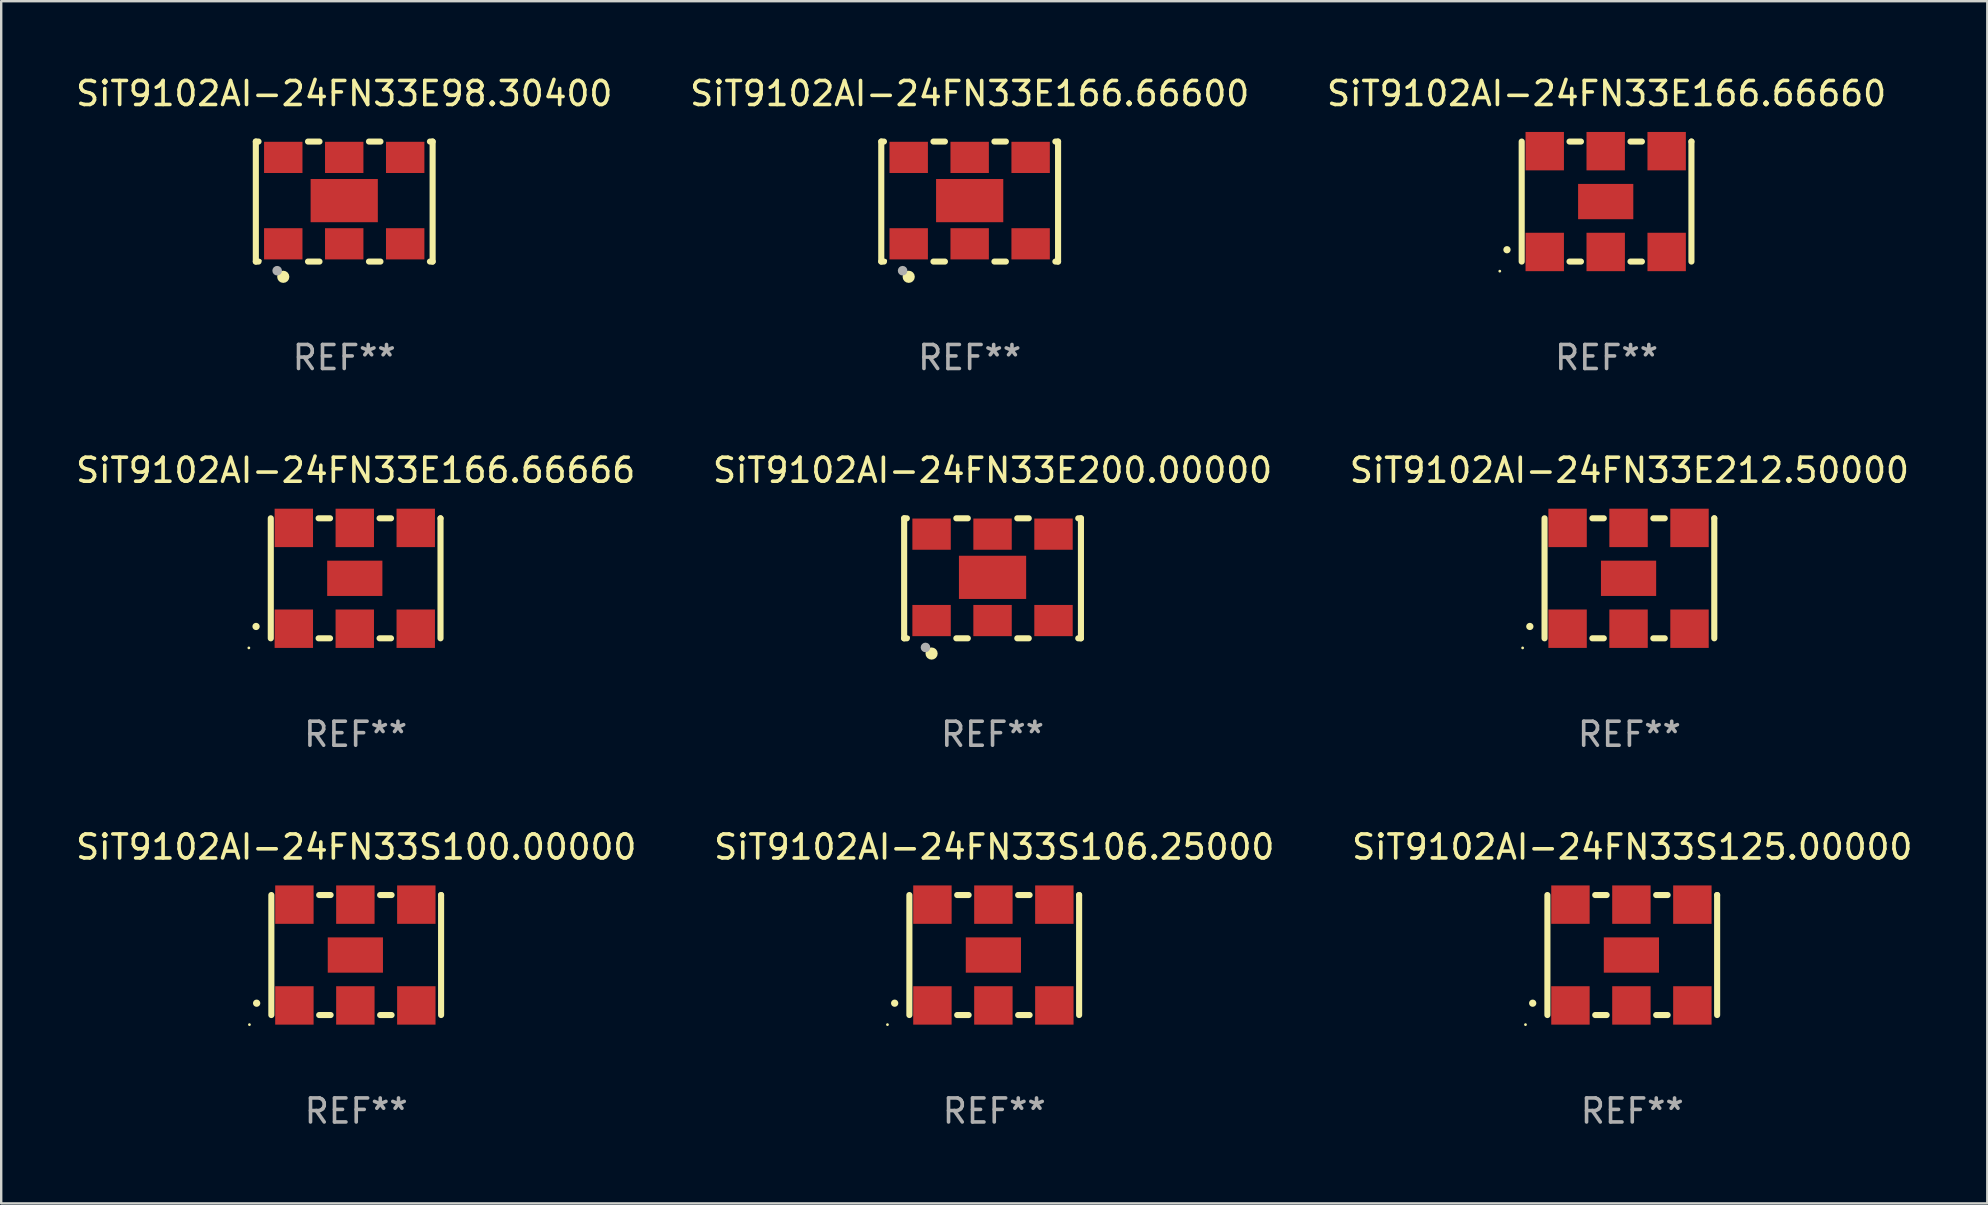
<source format=kicad_pcb>
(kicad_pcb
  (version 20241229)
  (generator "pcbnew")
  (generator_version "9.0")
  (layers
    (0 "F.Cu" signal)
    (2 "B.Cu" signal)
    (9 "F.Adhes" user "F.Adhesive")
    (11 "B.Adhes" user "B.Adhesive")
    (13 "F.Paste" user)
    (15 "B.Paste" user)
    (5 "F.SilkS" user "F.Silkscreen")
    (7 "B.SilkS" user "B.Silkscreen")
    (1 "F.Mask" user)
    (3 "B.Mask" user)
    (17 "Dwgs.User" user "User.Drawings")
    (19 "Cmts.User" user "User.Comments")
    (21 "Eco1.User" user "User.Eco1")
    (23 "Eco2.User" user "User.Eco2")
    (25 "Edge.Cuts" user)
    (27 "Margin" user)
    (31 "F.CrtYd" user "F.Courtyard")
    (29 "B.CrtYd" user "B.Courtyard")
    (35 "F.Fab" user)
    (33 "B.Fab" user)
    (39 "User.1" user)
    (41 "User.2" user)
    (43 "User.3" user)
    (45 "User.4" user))
  (footprint "SiT9102AI-24FN33S106.25000"
    (layer "F.Cu")
    (at 38.375 36.741)
    (property "Reference" "SiT9102AI-24FN33S106.25000" (at 0 -4.5 0) (layer "F.SilkS") (effects (font (size 1 1) (thickness 0.15))))
    (attr through_hole)
    (fp_line (start -3.536 -2.5) (end -3.536 2.5) (stroke (width 0.254) (type solid)) (layer "F.SilkS"))
    (fp_line (start -1.544 2.5) (end -1.067 2.5) (stroke (width 0.254) (type solid)) (layer "F.SilkS"))
    (fp_line (start -1.067 -2.5) (end -1.544 -2.5) (stroke (width 0.254) (type solid)) (layer "F.SilkS"))
    (fp_line (start 0.996 2.5) (end 1.473 2.5) (stroke (width 0.254) (type solid)) (layer "F.SilkS"))
    (fp_line (start 1.473 -2.5) (end 0.996 -2.5) (stroke (width 0.254) (type solid)) (layer "F.SilkS"))
    (fp_line (start 3.536 -2.5) (end 3.536 -2.5) (stroke (width 0.254) (type solid)) (layer "F.SilkS"))
    (fp_line (start 3.536 2.5) (end 3.536 -2.5) (stroke (width 0.254) (type solid)) (layer "F.SilkS"))
    (fp_arc (start -4.150432 2.006604) (mid -4.149162 2.006599) (end -4.147892 2.006604) (stroke (width 0.3) (type solid)) (layer "F.SilkS"))
    (fp_circle (center -4.449 2.9) (end -4.419 2.9) (stroke (width 0.06) (type solid)) (fill no) (layer "F.SilkS"))
    (fp_text user "REF**" (at 0 6.5 0) (layer "F.Fab") (effects (font (size 1 1) (thickness 0.15))))
    (pad "1" smd rect (at -2.576 2.1) (size 1.6 1.6) (layers "F.Cu" "F.Mask" "F.Paste"))
    (pad "2" smd rect (at -0.036 2.1) (size 1.6 1.6) (layers "F.Cu" "F.Mask" "F.Paste"))
    (pad "3" smd rect (at 2.504 2.1) (size 1.6 1.6) (layers "F.Cu" "F.Mask" "F.Paste"))
    (pad "4" smd rect (at 2.504 -2.1) (size 1.6 1.6) (layers "F.Cu" "F.Mask" "F.Paste"))
    (pad "5" smd rect (at -0.036 -2.1) (size 1.6 1.6) (layers "F.Cu" "F.Mask" "F.Paste"))
    (pad "6" smd rect (at -2.576 -2.1) (size 1.6 1.6) (layers "F.Cu" "F.Mask" "F.Paste"))
    (pad "7" smd rect (at -0.036 0) (size 2.3 1.47) (layers "F.Cu" "F.Mask" "F.Paste")))
  (footprint "SiT9102AI-24FN33E200.00000"
    (layer "F.Cu")
    (at 38.304 21.045)
    (property "Reference" "SiT9102AI-24FN33E200.00000" (at 0 -4.5 0) (layer "F.SilkS") (effects (font (size 1 1) (thickness 0.15))))
    (attr through_hole)
    (fp_line (start -3.683 -2.5) (end -3.571 -2.5) (stroke (width 0.254) (type solid)) (layer "F.SilkS"))
    (fp_line (start -3.683 2.5) (end -3.683 -2.5) (stroke (width 0.254) (type solid)) (layer "F.SilkS"))
    (fp_line (start -3.683 2.5) (end -3.571 2.5) (stroke (width 0.254) (type solid)) (layer "F.SilkS"))
    (fp_line (start -1.509 -2.5) (end -1.031 -2.5) (stroke (width 0.254) (type solid)) (layer "F.SilkS"))
    (fp_line (start -1.509 2.5) (end -1.031 2.5) (stroke (width 0.254) (type solid)) (layer "F.SilkS"))
    (fp_line (start 1.031 -2.5) (end 1.509 -2.5) (stroke (width 0.254) (type solid)) (layer "F.SilkS"))
    (fp_line (start 1.031 2.5) (end 1.509 2.5) (stroke (width 0.254) (type solid)) (layer "F.SilkS"))
    (fp_line (start 3.571 -2.5) (end 3.683 -2.5) (stroke (width 0.254) (type solid)) (layer "F.SilkS"))
    (fp_line (start 3.571 2.5) (end 3.683 2.5) (stroke (width 0.254) (type solid)) (layer "F.SilkS"))
    (fp_line (start 3.683 2.5) (end 3.683 -2.5) (stroke (width 0.254) (type solid)) (layer "F.SilkS"))
    (fp_circle (center -3.5 2.46) (end -3.47 2.46) (stroke (width 0.06) (type solid)) (fill no) (layer "F.SilkS"))
    (fp_circle (center -2.54 3.135) (end -2.413 3.135) (stroke (width 0.254) (type solid)) (fill no) (layer "F.SilkS"))
    (fp_circle (center -2.794 2.881) (end -2.694 2.881) (stroke (width 0.2) (type solid)) (fill no) (layer "F.Fab"))
    (fp_text user "REF**" (at 0 6.5 0) (layer "F.Fab") (effects (font (size 1 1) (thickness 0.15))))
    (pad "1" smd rect (at -2.54 1.76) (size 1.6 1.3) (layers "F.Cu" "F.Mask" "F.Paste"))
    (pad "2" smd rect (at 0 1.76) (size 1.6 1.3) (layers "F.Cu" "F.Mask" "F.Paste"))
    (pad "3" smd rect (at 2.54 1.76) (size 1.6 1.3) (layers "F.Cu" "F.Mask" "F.Paste"))
    (pad "4" smd rect (at 2.54 -1.84) (size 1.6 1.3) (layers "F.Cu" "F.Mask" "F.Paste"))
    (pad "5" smd rect (at 0 -1.84) (size 1.6 1.3) (layers "F.Cu" "F.Mask" "F.Paste"))
    (pad "6" smd rect (at -2.54 -1.84) (size 1.6 1.3) (layers "F.Cu" "F.Mask" "F.Paste"))
    (pad "7" smd rect (at 0 -0.04) (size 2.8 1.8) (layers "F.Cu" "F.Mask" "F.Paste")))
  (footprint "SiT9102AI-24FN33S125.00000"
    (layer "F.Cu")
    (at 64.958 36.741)
    (property "Reference" "SiT9102AI-24FN33S125.00000" (at 0 -4.5 0) (layer "F.SilkS") (effects (font (size 1 1) (thickness 0.15))))
    (attr through_hole)
    (fp_line (start -3.536 -2.5) (end -3.536 2.5) (stroke (width 0.254) (type solid)) (layer "F.SilkS"))
    (fp_line (start -1.544 2.5) (end -1.067 2.5) (stroke (width 0.254) (type solid)) (layer "F.SilkS"))
    (fp_line (start -1.067 -2.5) (end -1.544 -2.5) (stroke (width 0.254) (type solid)) (layer "F.SilkS"))
    (fp_line (start 0.996 2.5) (end 1.473 2.5) (stroke (width 0.254) (type solid)) (layer "F.SilkS"))
    (fp_line (start 1.473 -2.5) (end 0.996 -2.5) (stroke (width 0.254) (type solid)) (layer "F.SilkS"))
    (fp_line (start 3.536 -2.5) (end 3.536 -2.5) (stroke (width 0.254) (type solid)) (layer "F.SilkS"))
    (fp_line (start 3.536 2.5) (end 3.536 -2.5) (stroke (width 0.254) (type solid)) (layer "F.SilkS"))
    (fp_arc (start -4.150432 2.006604) (mid -4.149162 2.006599) (end -4.147892 2.006604) (stroke (width 0.3) (type solid)) (layer "F.SilkS"))
    (fp_circle (center -4.449 2.9) (end -4.419 2.9) (stroke (width 0.06) (type solid)) (fill no) (layer "F.SilkS"))
    (fp_text user "REF**" (at 0 6.5 0) (layer "F.Fab") (effects (font (size 1 1) (thickness 0.15))))
    (pad "1" smd rect (at -2.576 2.1) (size 1.6 1.6) (layers "F.Cu" "F.Mask" "F.Paste"))
    (pad "2" smd rect (at -0.036 2.1) (size 1.6 1.6) (layers "F.Cu" "F.Mask" "F.Paste"))
    (pad "3" smd rect (at 2.504 2.1) (size 1.6 1.6) (layers "F.Cu" "F.Mask" "F.Paste"))
    (pad "4" smd rect (at 2.504 -2.1) (size 1.6 1.6) (layers "F.Cu" "F.Mask" "F.Paste"))
    (pad "5" smd rect (at -0.036 -2.1) (size 1.6 1.6) (layers "F.Cu" "F.Mask" "F.Paste"))
    (pad "6" smd rect (at -2.576 -2.1) (size 1.6 1.6) (layers "F.Cu" "F.Mask" "F.Paste"))
    (pad "7" smd rect (at -0.036 0) (size 2.3 1.47) (layers "F.Cu" "F.Mask" "F.Paste")))
  (footprint "SiT9102AI-24FN33E98.30400"
    (layer "F.Cu")
    (at 11.292 5.348)
    (property "Reference" "SiT9102AI-24FN33E98.30400" (at 0 -4.5 0) (layer "F.SilkS") (effects (font (size 1 1) (thickness 0.15))))
    (attr through_hole)
    (fp_line (start -3.683 -2.5) (end -3.571 -2.5) (stroke (width 0.254) (type solid)) (layer "F.SilkS"))
    (fp_line (start -3.683 2.5) (end -3.683 -2.5) (stroke (width 0.254) (type solid)) (layer "F.SilkS"))
    (fp_line (start -3.683 2.5) (end -3.571 2.5) (stroke (width 0.254) (type solid)) (layer "F.SilkS"))
    (fp_line (start -1.509 -2.5) (end -1.031 -2.5) (stroke (width 0.254) (type solid)) (layer "F.SilkS"))
    (fp_line (start -1.509 2.5) (end -1.031 2.5) (stroke (width 0.254) (type solid)) (layer "F.SilkS"))
    (fp_line (start 1.031 -2.5) (end 1.509 -2.5) (stroke (width 0.254) (type solid)) (layer "F.SilkS"))
    (fp_line (start 1.031 2.5) (end 1.509 2.5) (stroke (width 0.254) (type solid)) (layer "F.SilkS"))
    (fp_line (start 3.571 -2.5) (end 3.683 -2.5) (stroke (width 0.254) (type solid)) (layer "F.SilkS"))
    (fp_line (start 3.571 2.5) (end 3.683 2.5) (stroke (width 0.254) (type solid)) (layer "F.SilkS"))
    (fp_line (start 3.683 2.5) (end 3.683 -2.5) (stroke (width 0.254) (type solid)) (layer "F.SilkS"))
    (fp_circle (center -3.5 2.46) (end -3.47 2.46) (stroke (width 0.06) (type solid)) (fill no) (layer "F.SilkS"))
    (fp_circle (center -2.54 3.135) (end -2.413 3.135) (stroke (width 0.254) (type solid)) (fill no) (layer "F.SilkS"))
    (fp_circle (center -2.794 2.881) (end -2.694 2.881) (stroke (width 0.2) (type solid)) (fill no) (layer "F.Fab"))
    (fp_text user "REF**" (at 0 6.5 0) (layer "F.Fab") (effects (font (size 1 1) (thickness 0.15))))
    (pad "1" smd rect (at -2.54 1.76) (size 1.6 1.3) (layers "F.Cu" "F.Mask" "F.Paste"))
    (pad "2" smd rect (at 0 1.76) (size 1.6 1.3) (layers "F.Cu" "F.Mask" "F.Paste"))
    (pad "3" smd rect (at 2.54 1.76) (size 1.6 1.3) (layers "F.Cu" "F.Mask" "F.Paste"))
    (pad "4" smd rect (at 2.54 -1.84) (size 1.6 1.3) (layers "F.Cu" "F.Mask" "F.Paste"))
    (pad "5" smd rect (at 0 -1.84) (size 1.6 1.3) (layers "F.Cu" "F.Mask" "F.Paste"))
    (pad "6" smd rect (at -2.54 -1.84) (size 1.6 1.3) (layers "F.Cu" "F.Mask" "F.Paste"))
    (pad "7" smd rect (at 0 -0.04) (size 2.8 1.8) (layers "F.Cu" "F.Mask" "F.Paste")))
  (footprint "SiT9102AI-24FN33E166.66666"
    (layer "F.Cu")
    (at 11.768 21.045)
    (property "Reference" "SiT9102AI-24FN33E166.66666" (at 0 -4.5 0) (layer "F.SilkS") (effects (font (size 1 1) (thickness 0.15))))
    (attr through_hole)
    (fp_line (start -3.536 -2.5) (end -3.536 2.5) (stroke (width 0.254) (type solid)) (layer "F.SilkS"))
    (fp_line (start -1.544 2.5) (end -1.067 2.5) (stroke (width 0.254) (type solid)) (layer "F.SilkS"))
    (fp_line (start -1.067 -2.5) (end -1.544 -2.5) (stroke (width 0.254) (type solid)) (layer "F.SilkS"))
    (fp_line (start 0.996 2.5) (end 1.473 2.5) (stroke (width 0.254) (type solid)) (layer "F.SilkS"))
    (fp_line (start 1.473 -2.5) (end 0.996 -2.5) (stroke (width 0.254) (type solid)) (layer "F.SilkS"))
    (fp_line (start 3.536 -2.5) (end 3.536 -2.5) (stroke (width 0.254) (type solid)) (layer "F.SilkS"))
    (fp_line (start 3.536 2.5) (end 3.536 -2.5) (stroke (width 0.254) (type solid)) (layer "F.SilkS"))
    (fp_arc (start -4.150432 2.006604) (mid -4.149162 2.006599) (end -4.147892 2.006604) (stroke (width 0.3) (type solid)) (layer "F.SilkS"))
    (fp_circle (center -4.449 2.9) (end -4.419 2.9) (stroke (width 0.06) (type solid)) (fill no) (layer "F.SilkS"))
    (fp_text user "REF**" (at 0 6.5 0) (layer "F.Fab") (effects (font (size 1 1) (thickness 0.15))))
    (pad "1" smd rect (at -2.576 2.1) (size 1.6 1.6) (layers "F.Cu" "F.Mask" "F.Paste"))
    (pad "2" smd rect (at -0.036 2.1) (size 1.6 1.6) (layers "F.Cu" "F.Mask" "F.Paste"))
    (pad "3" smd rect (at 2.504 2.1) (size 1.6 1.6) (layers "F.Cu" "F.Mask" "F.Paste"))
    (pad "4" smd rect (at 2.504 -2.1) (size 1.6 1.6) (layers "F.Cu" "F.Mask" "F.Paste"))
    (pad "5" smd rect (at -0.036 -2.1) (size 1.6 1.6) (layers "F.Cu" "F.Mask" "F.Paste"))
    (pad "6" smd rect (at -2.576 -2.1) (size 1.6 1.6) (layers "F.Cu" "F.Mask" "F.Paste"))
    (pad "7" smd rect (at -0.036 0) (size 2.3 1.47) (layers "F.Cu" "F.Mask" "F.Paste")))
  (footprint "SiT9102AI-24FN33E166.66600"
    (layer "F.Cu")
    (at 37.351 5.348)
    (property "Reference" "SiT9102AI-24FN33E166.66600" (at 0 -4.5 0) (layer "F.SilkS") (effects (font (size 1 1) (thickness 0.15))))
    (attr through_hole)
    (fp_line (start -3.683 -2.5) (end -3.571 -2.5) (stroke (width 0.254) (type solid)) (layer "F.SilkS"))
    (fp_line (start -3.683 2.5) (end -3.683 -2.5) (stroke (width 0.254) (type solid)) (layer "F.SilkS"))
    (fp_line (start -3.683 2.5) (end -3.571 2.5) (stroke (width 0.254) (type solid)) (layer "F.SilkS"))
    (fp_line (start -1.509 -2.5) (end -1.031 -2.5) (stroke (width 0.254) (type solid)) (layer "F.SilkS"))
    (fp_line (start -1.509 2.5) (end -1.031 2.5) (stroke (width 0.254) (type solid)) (layer "F.SilkS"))
    (fp_line (start 1.031 -2.5) (end 1.509 -2.5) (stroke (width 0.254) (type solid)) (layer "F.SilkS"))
    (fp_line (start 1.031 2.5) (end 1.509 2.5) (stroke (width 0.254) (type solid)) (layer "F.SilkS"))
    (fp_line (start 3.571 -2.5) (end 3.683 -2.5) (stroke (width 0.254) (type solid)) (layer "F.SilkS"))
    (fp_line (start 3.571 2.5) (end 3.683 2.5) (stroke (width 0.254) (type solid)) (layer "F.SilkS"))
    (fp_line (start 3.683 2.5) (end 3.683 -2.5) (stroke (width 0.254) (type solid)) (layer "F.SilkS"))
    (fp_circle (center -3.5 2.46) (end -3.47 2.46) (stroke (width 0.06) (type solid)) (fill no) (layer "F.SilkS"))
    (fp_circle (center -2.54 3.135) (end -2.413 3.135) (stroke (width 0.254) (type solid)) (fill no) (layer "F.SilkS"))
    (fp_circle (center -2.794 2.881) (end -2.694 2.881) (stroke (width 0.2) (type solid)) (fill no) (layer "F.Fab"))
    (fp_text user "REF**" (at 0 6.5 0) (layer "F.Fab") (effects (font (size 1 1) (thickness 0.15))))
    (pad "1" smd rect (at -2.54 1.76) (size 1.6 1.3) (layers "F.Cu" "F.Mask" "F.Paste"))
    (pad "2" smd rect (at 0 1.76) (size 1.6 1.3) (layers "F.Cu" "F.Mask" "F.Paste"))
    (pad "3" smd rect (at 2.54 1.76) (size 1.6 1.3) (layers "F.Cu" "F.Mask" "F.Paste"))
    (pad "4" smd rect (at 2.54 -1.84) (size 1.6 1.3) (layers "F.Cu" "F.Mask" "F.Paste"))
    (pad "5" smd rect (at 0 -1.84) (size 1.6 1.3) (layers "F.Cu" "F.Mask" "F.Paste"))
    (pad "6" smd rect (at -2.54 -1.84) (size 1.6 1.3) (layers "F.Cu" "F.Mask" "F.Paste"))
    (pad "7" smd rect (at 0 -0.04) (size 2.8 1.8) (layers "F.Cu" "F.Mask" "F.Paste")))
  (footprint "SiT9102AI-24FN33S100.00000"
    (layer "F.Cu")
    (at 11.792 36.741)
    (property "Reference" "SiT9102AI-24FN33S100.00000" (at 0 -4.5 0) (layer "F.SilkS") (effects (font (size 1 1) (thickness 0.15))))
    (attr through_hole)
    (fp_line (start -3.536 -2.5) (end -3.536 2.5) (stroke (width 0.254) (type solid)) (layer "F.SilkS"))
    (fp_line (start -1.544 2.5) (end -1.067 2.5) (stroke (width 0.254) (type solid)) (layer "F.SilkS"))
    (fp_line (start -1.067 -2.5) (end -1.544 -2.5) (stroke (width 0.254) (type solid)) (layer "F.SilkS"))
    (fp_line (start 0.996 2.5) (end 1.473 2.5) (stroke (width 0.254) (type solid)) (layer "F.SilkS"))
    (fp_line (start 1.473 -2.5) (end 0.996 -2.5) (stroke (width 0.254) (type solid)) (layer "F.SilkS"))
    (fp_line (start 3.536 -2.5) (end 3.536 -2.5) (stroke (width 0.254) (type solid)) (layer "F.SilkS"))
    (fp_line (start 3.536 2.5) (end 3.536 -2.5) (stroke (width 0.254) (type solid)) (layer "F.SilkS"))
    (fp_arc (start -4.150432 2.006604) (mid -4.149162 2.006599) (end -4.147892 2.006604) (stroke (width 0.3) (type solid)) (layer "F.SilkS"))
    (fp_circle (center -4.449 2.9) (end -4.419 2.9) (stroke (width 0.06) (type solid)) (fill no) (layer "F.SilkS"))
    (fp_text user "REF**" (at 0 6.5 0) (layer "F.Fab") (effects (font (size 1 1) (thickness 0.15))))
    (pad "1" smd rect (at -2.576 2.1) (size 1.6 1.6) (layers "F.Cu" "F.Mask" "F.Paste"))
    (pad "2" smd rect (at -0.036 2.1) (size 1.6 1.6) (layers "F.Cu" "F.Mask" "F.Paste"))
    (pad "3" smd rect (at 2.504 2.1) (size 1.6 1.6) (layers "F.Cu" "F.Mask" "F.Paste"))
    (pad "4" smd rect (at 2.504 -2.1) (size 1.6 1.6) (layers "F.Cu" "F.Mask" "F.Paste"))
    (pad "5" smd rect (at -0.036 -2.1) (size 1.6 1.6) (layers "F.Cu" "F.Mask" "F.Paste"))
    (pad "6" smd rect (at -2.576 -2.1) (size 1.6 1.6) (layers "F.Cu" "F.Mask" "F.Paste"))
    (pad "7" smd rect (at -0.036 0) (size 2.3 1.47) (layers "F.Cu" "F.Mask" "F.Paste")))
  (footprint "SiT9102AI-24FN33E212.50000"
    (layer "F.Cu")
    (at 64.839 21.045)
    (property "Reference" "SiT9102AI-24FN33E212.50000" (at 0 -4.5 0) (layer "F.SilkS") (effects (font (size 1 1) (thickness 0.15))))
    (attr through_hole)
    (fp_line (start -3.536 -2.5) (end -3.536 2.5) (stroke (width 0.254) (type solid)) (layer "F.SilkS"))
    (fp_line (start -1.544 2.5) (end -1.067 2.5) (stroke (width 0.254) (type solid)) (layer "F.SilkS"))
    (fp_line (start -1.067 -2.5) (end -1.544 -2.5) (stroke (width 0.254) (type solid)) (layer "F.SilkS"))
    (fp_line (start 0.996 2.5) (end 1.473 2.5) (stroke (width 0.254) (type solid)) (layer "F.SilkS"))
    (fp_line (start 1.473 -2.5) (end 0.996 -2.5) (stroke (width 0.254) (type solid)) (layer "F.SilkS"))
    (fp_line (start 3.536 -2.5) (end 3.536 -2.5) (stroke (width 0.254) (type solid)) (layer "F.SilkS"))
    (fp_line (start 3.536 2.5) (end 3.536 -2.5) (stroke (width 0.254) (type solid)) (layer "F.SilkS"))
    (fp_arc (start -4.150432 2.006604) (mid -4.149162 2.006599) (end -4.147892 2.006604) (stroke (width 0.3) (type solid)) (layer "F.SilkS"))
    (fp_circle (center -4.449 2.9) (end -4.419 2.9) (stroke (width 0.06) (type solid)) (fill no) (layer "F.SilkS"))
    (fp_text user "REF**" (at 0 6.5 0) (layer "F.Fab") (effects (font (size 1 1) (thickness 0.15))))
    (pad "1" smd rect (at -2.576 2.1) (size 1.6 1.6) (layers "F.Cu" "F.Mask" "F.Paste"))
    (pad "2" smd rect (at -0.036 2.1) (size 1.6 1.6) (layers "F.Cu" "F.Mask" "F.Paste"))
    (pad "3" smd rect (at 2.504 2.1) (size 1.6 1.6) (layers "F.Cu" "F.Mask" "F.Paste"))
    (pad "4" smd rect (at 2.504 -2.1) (size 1.6 1.6) (layers "F.Cu" "F.Mask" "F.Paste"))
    (pad "5" smd rect (at -0.036 -2.1) (size 1.6 1.6) (layers "F.Cu" "F.Mask" "F.Paste"))
    (pad "6" smd rect (at -2.576 -2.1) (size 1.6 1.6) (layers "F.Cu" "F.Mask" "F.Paste"))
    (pad "7" smd rect (at -0.036 0) (size 2.3 1.47) (layers "F.Cu" "F.Mask" "F.Paste")))
  (footprint "SiT9102AI-24FN33E166.66660"
    (layer "F.Cu")
    (at 63.887 5.348)
    (property "Reference" "SiT9102AI-24FN33E166.66660" (at 0 -4.5 0) (layer "F.SilkS") (effects (font (size 1 1) (thickness 0.15))))
    (attr through_hole)
    (fp_line (start -3.536 -2.5) (end -3.536 2.5) (stroke (width 0.254) (type solid)) (layer "F.SilkS"))
    (fp_line (start -1.544 2.5) (end -1.067 2.5) (stroke (width 0.254) (type solid)) (layer "F.SilkS"))
    (fp_line (start -1.067 -2.5) (end -1.544 -2.5) (stroke (width 0.254) (type solid)) (layer "F.SilkS"))
    (fp_line (start 0.996 2.5) (end 1.473 2.5) (stroke (width 0.254) (type solid)) (layer "F.SilkS"))
    (fp_line (start 1.473 -2.5) (end 0.996 -2.5) (stroke (width 0.254) (type solid)) (layer "F.SilkS"))
    (fp_line (start 3.536 -2.5) (end 3.536 -2.5) (stroke (width 0.254) (type solid)) (layer "F.SilkS"))
    (fp_line (start 3.536 2.5) (end 3.536 -2.5) (stroke (width 0.254) (type solid)) (layer "F.SilkS"))
    (fp_arc (start -4.150432 2.006604) (mid -4.149162 2.006599) (end -4.147892 2.006604) (stroke (width 0.3) (type solid)) (layer "F.SilkS"))
    (fp_circle (center -4.449 2.9) (end -4.419 2.9) (stroke (width 0.06) (type solid)) (fill no) (layer "F.SilkS"))
    (fp_text user "REF**" (at 0 6.5 0) (layer "F.Fab") (effects (font (size 1 1) (thickness 0.15))))
    (pad "1" smd rect (at -2.576 2.1) (size 1.6 1.6) (layers "F.Cu" "F.Mask" "F.Paste"))
    (pad "2" smd rect (at -0.036 2.1) (size 1.6 1.6) (layers "F.Cu" "F.Mask" "F.Paste"))
    (pad "3" smd rect (at 2.504 2.1) (size 1.6 1.6) (layers "F.Cu" "F.Mask" "F.Paste"))
    (pad "4" smd rect (at 2.504 -2.1) (size 1.6 1.6) (layers "F.Cu" "F.Mask" "F.Paste"))
    (pad "5" smd rect (at -0.036 -2.1) (size 1.6 1.6) (layers "F.Cu" "F.Mask" "F.Paste"))
    (pad "6" smd rect (at -2.576 -2.1) (size 1.6 1.6) (layers "F.Cu" "F.Mask" "F.Paste"))
    (pad "7" smd rect (at -0.036 0) (size 2.3 1.47) (layers "F.Cu" "F.Mask" "F.Paste")))
  (gr_rect
    (start -3 -3)
    (end 79.75 47.09)
    (stroke (width 0.1) (type default))
    (fill no)
    (layer "Edge.Cuts")))
</source>
